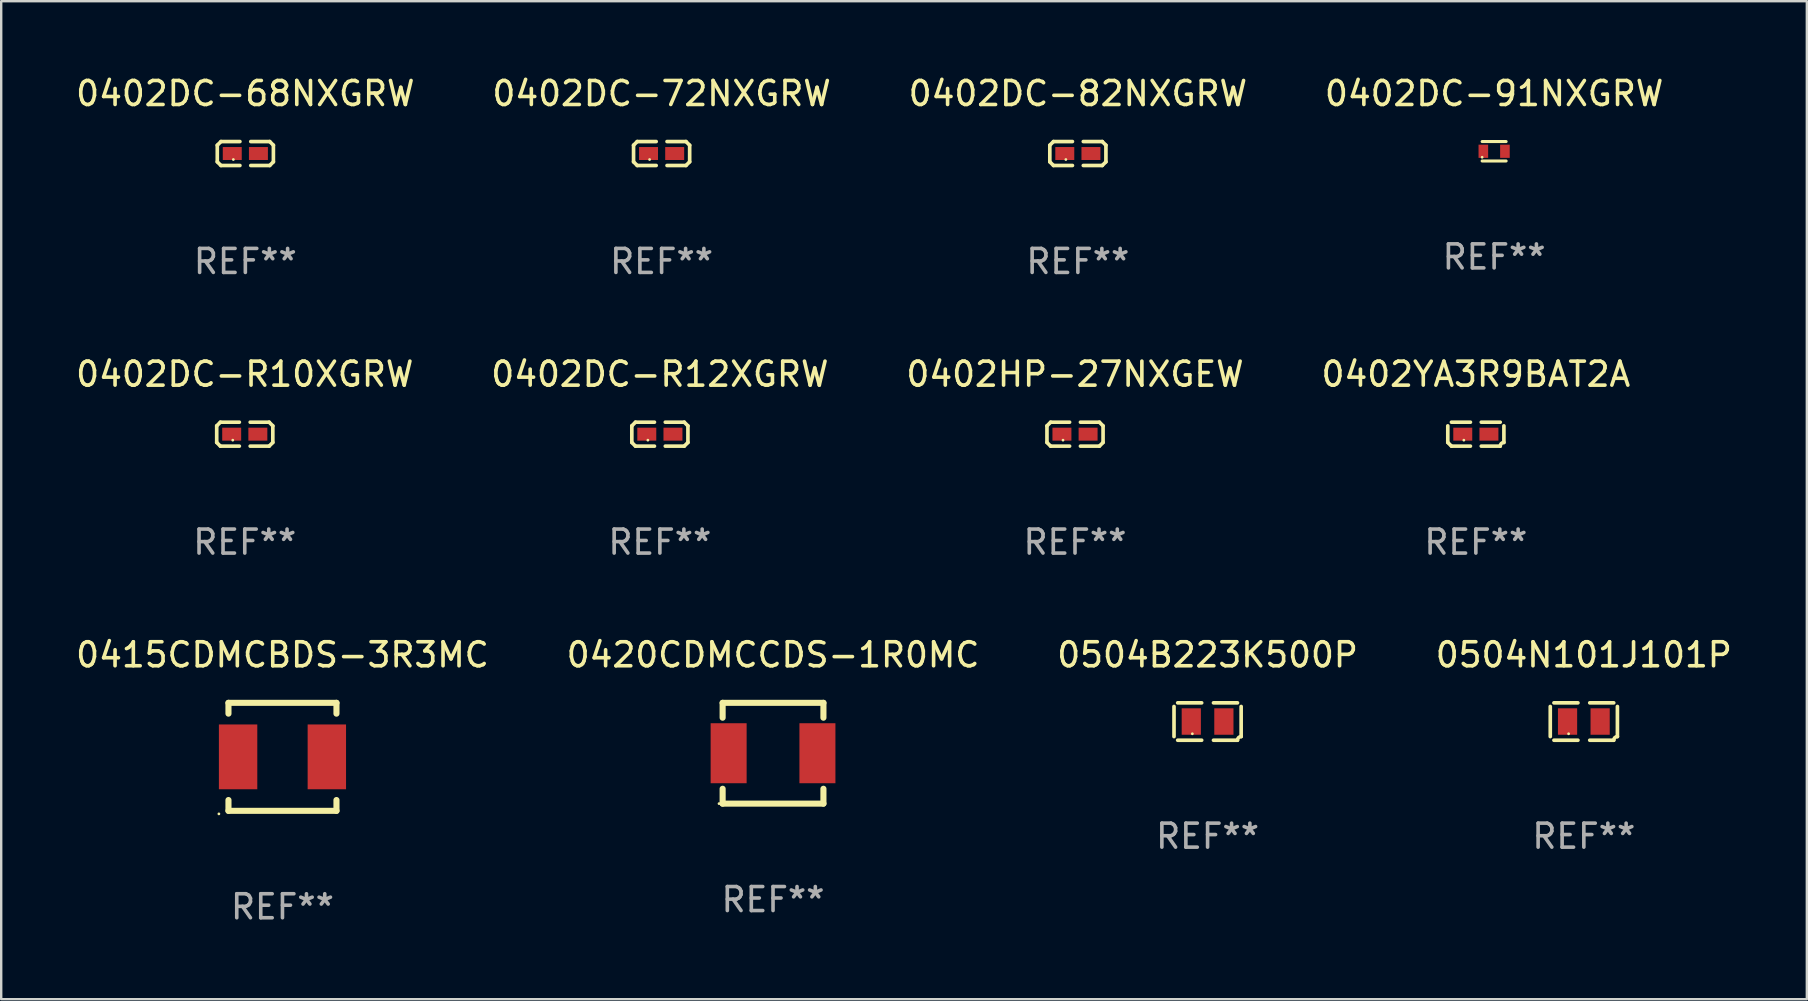
<source format=kicad_pcb>
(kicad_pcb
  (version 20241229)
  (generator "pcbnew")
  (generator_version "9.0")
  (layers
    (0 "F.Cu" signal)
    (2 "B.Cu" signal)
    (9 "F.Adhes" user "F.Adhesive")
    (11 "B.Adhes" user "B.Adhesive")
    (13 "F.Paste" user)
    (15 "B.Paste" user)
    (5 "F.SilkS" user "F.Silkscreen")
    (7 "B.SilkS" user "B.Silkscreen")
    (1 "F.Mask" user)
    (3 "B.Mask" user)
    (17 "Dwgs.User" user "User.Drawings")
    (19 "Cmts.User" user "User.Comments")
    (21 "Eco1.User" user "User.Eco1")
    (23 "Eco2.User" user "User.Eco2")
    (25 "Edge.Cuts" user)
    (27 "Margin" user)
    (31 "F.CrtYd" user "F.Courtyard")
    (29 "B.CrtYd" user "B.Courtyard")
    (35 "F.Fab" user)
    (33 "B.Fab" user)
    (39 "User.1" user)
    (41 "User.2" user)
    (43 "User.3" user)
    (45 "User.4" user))
  (footprint "0420CDMCCDS-1R0MC"
    (layer "F.Cu")
    (at 29.161 28.336)
    (property "Reference" "0420CDMCCDS-1R0MC" (at 0 -4.1 0) (layer "F.SilkS") (effects (font (size 1 1) (thickness 0.15))))
    (attr through_hole)
    (fp_line (start -2.1 2.1) (end 2.1 2.1) (stroke (width 0.254) (type solid)) (layer "F.SilkS"))
    (fp_line (start -2.1 -2.1) (end -2.1 -1.481) (stroke (width 0.254) (type solid)) (layer "F.SilkS"))
    (fp_line (start -2.1 -2.1) (end 2.1 -2.1) (stroke (width 0.254) (type solid)) (layer "F.SilkS"))
    (fp_line (start -2.1 1.481) (end -2.1 2.1) (stroke (width 0.254) (type solid)) (layer "F.SilkS"))
    (fp_line (start 2.1 -2.1) (end 2.1 -1.481) (stroke (width 0.254) (type solid)) (layer "F.SilkS"))
    (fp_line (start 2.1 1.481) (end 2.1 2.1) (stroke (width 0.254) (type solid)) (layer "F.SilkS"))
    (fp_circle (center -2.25 2.1) (end -2.22 2.1) (stroke (width 0.06) (type solid)) (fill no) (layer "F.SilkS"))
    (fp_text user "REF**" (at 0 6.1 0) (layer "F.Fab") (effects (font (size 1 1) (thickness 0.15))))
    (pad "1" smd rect (at -1.85 0.000013) (size 1.5 2.5) (layers "F.Cu" "F.Mask" "F.Paste"))
    (pad "2" smd rect (at 1.85 0.000013) (size 1.5 2.5) (layers "F.Cu" "F.Mask" "F.Paste")))
  (footprint "0504B223K500P"
    (layer "F.Cu")
    (at 47.268 27.015)
    (property "Reference" "0504B223K500P" (at 0 -2.779 0) (layer "F.SilkS") (effects (font (size 1 1) (thickness 0.15))))
    (attr through_hole)
    (fp_line (start -1.399 0.627) (end -1.399 -0.627) (stroke (width 0.152) (type solid)) (layer "F.SilkS"))
    (fp_line (start -1.246 -0.779) (end -0.246 -0.779) (stroke (width 0.152) (type solid)) (layer "F.SilkS"))
    (fp_line (start -0.246 0.779) (end -1.246 0.779) (stroke (width 0.152) (type solid)) (layer "F.SilkS"))
    (fp_line (start 0.246 -0.779) (end 1.246 -0.779) (stroke (width 0.152) (type solid)) (layer "F.SilkS"))
    (fp_line (start 1.246 0.779) (end 0.246 0.779) (stroke (width 0.152) (type solid)) (layer "F.SilkS"))
    (fp_line (start 1.399 -0.627) (end 1.399 0.627) (stroke (width 0.152) (type solid)) (layer "F.SilkS"))
    (fp_arc (start 1.246202 0.779401) (mid 1.290839 0.671637) (end 1.398603 0.627) (stroke (width 0.1524) (type solid)) (layer "F.SilkS"))
    (fp_circle (center -0.635 0.51) (end -0.605 0.51) (stroke (width 0.06) (type solid)) (fill no) (layer "F.SilkS"))
    (fp_text user "REF**" (at 0 4.779 0) (layer "F.Fab") (effects (font (size 1 1) (thickness 0.15))))
    (pad "1" smd rect (at -0.679 0) (size 0.8 1.102) (layers "F.Cu" "F.Mask" "F.Paste"))
    (pad "2" smd rect (at 0.679 0) (size 0.8 1.102) (layers "F.Cu" "F.Mask" "F.Paste")))
  (footprint "0402DC-R10XGRW"
    (layer "F.Cu")
    (at 7.149 15.041)
    (property "Reference" "0402DC-R10XGRW" (at 0 -2.499 0) (layer "F.SilkS") (effects (font (size 1 1) (thickness 0.15))))
    (attr through_hole)
    (fp_line (start -1.169 -0.346) (end -1.016 -0.499) (stroke (width 0.152) (type solid)) (layer "F.SilkS"))
    (fp_line (start -1.169 0.346) (end -1.169 -0.346) (stroke (width 0.152) (type solid)) (layer "F.SilkS"))
    (fp_line (start -1.016 -0.499) (end -0.226 -0.499) (stroke (width 0.152) (type solid)) (layer "F.SilkS"))
    (fp_line (start -1.016 0.499) (end -1.169 0.346) (stroke (width 0.152) (type solid)) (layer "F.SilkS"))
    (fp_line (start -0.226 0.499) (end -1.016 0.499) (stroke (width 0.152) (type solid)) (layer "F.SilkS"))
    (fp_line (start 0.226 0.499) (end 1.016 0.499) (stroke (width 0.152) (type solid)) (layer "F.SilkS"))
    (fp_line (start 1.016 -0.499) (end 0.226 -0.499) (stroke (width 0.152) (type solid)) (layer "F.SilkS"))
    (fp_line (start 1.016 0.499) (end 1.169 0.346) (stroke (width 0.152) (type solid)) (layer "F.SilkS"))
    (fp_line (start 1.169 -0.346) (end 1.016 -0.499) (stroke (width 0.152) (type solid)) (layer "F.SilkS"))
    (fp_line (start 1.169 0.346) (end 1.169 -0.346) (stroke (width 0.152) (type solid)) (layer "F.SilkS"))
    (fp_circle (center -0.5 0.25) (end -0.47 0.25) (stroke (width 0.06) (type solid)) (fill no) (layer "F.SilkS"))
    (fp_text user "REF**" (at 0 4.499 0) (layer "F.Fab") (effects (font (size 1 1) (thickness 0.15))))
    (pad "1" smd rect (at -0.545 0) (size 0.79 0.54) (layers "F.Cu" "F.Mask" "F.Paste"))
    (pad "2" smd rect (at 0.545 0) (size 0.79 0.54) (layers "F.Cu" "F.Mask" "F.Paste")))
  (footprint "0504N101J101P"
    (layer "F.Cu")
    (at 62.946 27.015)
    (property "Reference" "0504N101J101P" (at 0 -2.779 0) (layer "F.SilkS") (effects (font (size 1 1) (thickness 0.15))))
    (attr through_hole)
    (fp_line (start -1.399 0.627) (end -1.399 -0.627) (stroke (width 0.152) (type solid)) (layer "F.SilkS"))
    (fp_line (start -1.246 -0.779) (end -0.246 -0.779) (stroke (width 0.152) (type solid)) (layer "F.SilkS"))
    (fp_line (start -0.246 0.779) (end -1.246 0.779) (stroke (width 0.152) (type solid)) (layer "F.SilkS"))
    (fp_line (start 0.246 -0.779) (end 1.246 -0.779) (stroke (width 0.152) (type solid)) (layer "F.SilkS"))
    (fp_line (start 1.246 0.779) (end 0.246 0.779) (stroke (width 0.152) (type solid)) (layer "F.SilkS"))
    (fp_line (start 1.399 -0.627) (end 1.399 0.627) (stroke (width 0.152) (type solid)) (layer "F.SilkS"))
    (fp_arc (start 1.246202 0.779401) (mid 1.290839 0.671637) (end 1.398603 0.627) (stroke (width 0.1524) (type solid)) (layer "F.SilkS"))
    (fp_circle (center -0.635 0.51) (end -0.605 0.51) (stroke (width 0.06) (type solid)) (fill no) (layer "F.SilkS"))
    (fp_text user "REF**" (at 0 4.779 0) (layer "F.Fab") (effects (font (size 1 1) (thickness 0.15))))
    (pad "1" smd rect (at -0.679 0) (size 0.8 1.102) (layers "F.Cu" "F.Mask" "F.Paste"))
    (pad "2" smd rect (at 0.679 0) (size 0.8 1.102) (layers "F.Cu" "F.Mask" "F.Paste")))
  (footprint "0402DC-82NXGRW"
    (layer "F.Cu")
    (at 41.863 3.347)
    (property "Reference" "0402DC-82NXGRW" (at 0 -2.499 0) (layer "F.SilkS") (effects (font (size 1 1) (thickness 0.15))))
    (attr through_hole)
    (fp_line (start -1.169 -0.346) (end -1.016 -0.499) (stroke (width 0.152) (type solid)) (layer "F.SilkS"))
    (fp_line (start -1.169 0.346) (end -1.169 -0.346) (stroke (width 0.152) (type solid)) (layer "F.SilkS"))
    (fp_line (start -1.016 -0.499) (end -0.226 -0.499) (stroke (width 0.152) (type solid)) (layer "F.SilkS"))
    (fp_line (start -1.016 0.499) (end -1.169 0.346) (stroke (width 0.152) (type solid)) (layer "F.SilkS"))
    (fp_line (start -0.226 0.499) (end -1.016 0.499) (stroke (width 0.152) (type solid)) (layer "F.SilkS"))
    (fp_line (start 0.226 0.499) (end 1.016 0.499) (stroke (width 0.152) (type solid)) (layer "F.SilkS"))
    (fp_line (start 1.016 -0.499) (end 0.226 -0.499) (stroke (width 0.152) (type solid)) (layer "F.SilkS"))
    (fp_line (start 1.016 0.499) (end 1.169 0.346) (stroke (width 0.152) (type solid)) (layer "F.SilkS"))
    (fp_line (start 1.169 -0.346) (end 1.016 -0.499) (stroke (width 0.152) (type solid)) (layer "F.SilkS"))
    (fp_line (start 1.169 0.346) (end 1.169 -0.346) (stroke (width 0.152) (type solid)) (layer "F.SilkS"))
    (fp_circle (center -0.5 0.25) (end -0.47 0.25) (stroke (width 0.06) (type solid)) (fill no) (layer "F.SilkS"))
    (fp_text user "REF**" (at 0 4.499 0) (layer "F.Fab") (effects (font (size 1 1) (thickness 0.15))))
    (pad "1" smd rect (at -0.545 0) (size 0.79 0.54) (layers "F.Cu" "F.Mask" "F.Paste"))
    (pad "2" smd rect (at 0.545 0) (size 0.79 0.54) (layers "F.Cu" "F.Mask" "F.Paste")))
  (footprint "0415CDMCBDS-3R3MC"
    (layer "F.Cu")
    (at 8.72 28.486)
    (property "Reference" "0415CDMCBDS-3R3MC" (at 0 -4.25 0) (layer "F.SilkS") (effects (font (size 1 1) (thickness 0.15))))
    (attr through_hole)
    (fp_line (start -2.25 -2.25) (end 2.25 -2.25) (stroke (width 0.254) (type solid)) (layer "F.SilkS"))
    (fp_line (start -2.25 2.25) (end -2.25 1.8) (stroke (width 0.254) (type solid)) (layer "F.SilkS"))
    (fp_line (start -2.25 -1.8) (end -2.25 -2.25) (stroke (width 0.254) (type solid)) (layer "F.SilkS"))
    (fp_line (start 2.25 1.8) (end 2.25 2.25) (stroke (width 0.254) (type solid)) (layer "F.SilkS"))
    (fp_line (start 2.25 -2.25) (end 2.25 -1.8) (stroke (width 0.254) (type solid)) (layer "F.SilkS"))
    (fp_line (start 2.25 2.25) (end -2.25 2.25) (stroke (width 0.254) (type solid)) (layer "F.SilkS"))
    (fp_circle (center -2.649 2.377) (end -2.619 2.377) (stroke (width 0.06) (type solid)) (fill no) (layer "F.SilkS"))
    (fp_text user "REF**" (at 0 6.25 0) (layer "F.Fab") (effects (font (size 1 1) (thickness 0.15))))
    (pad "1" smd rect (at -1.849 0.001) (size 1.6 2.7) (layers "F.Cu" "F.Mask" "F.Paste"))
    (pad "2" smd rect (at 1.849 0.001) (size 1.6 2.7) (layers "F.Cu" "F.Mask" "F.Paste")))
  (footprint "0402DC-91NXGRW"
    (layer "F.Cu")
    (at 59.208 3.253)
    (property "Reference" "0402DC-91NXGRW" (at 0 -2.405 0) (layer "F.SilkS") (effects (font (size 1 1) (thickness 0.15))))
    (attr through_hole)
    (fp_line (start -0.5 -0.405) (end 0.5 -0.405) (stroke (width 0.127) (type solid)) (layer "F.SilkS"))
    (fp_line (start -0.5 0.405) (end 0.5 0.405) (stroke (width 0.127) (type solid)) (layer "F.SilkS"))
    (fp_circle (center -0.5 0.25) (end -0.47 0.25) (stroke (width 0.06) (type solid)) (fill no) (layer "F.SilkS"))
    (fp_text user "REF**" (at 0 4.405 0) (layer "F.Fab") (effects (font (size 1 1) (thickness 0.15))))
    (pad "1" smd rect (at -0.45 0 90) (size 0.55 0.4) (layers "F.Cu" "F.Mask" "F.Paste"))
    (pad "2" smd rect (at 0.45 0 90) (size 0.55 0.4) (layers "F.Cu" "F.Mask" "F.Paste")))
  (footprint "0402DC-72NXGRW"
    (layer "F.Cu")
    (at 24.518 3.347)
    (property "Reference" "0402DC-72NXGRW" (at 0 -2.499 0) (layer "F.SilkS") (effects (font (size 1 1) (thickness 0.15))))
    (attr through_hole)
    (fp_line (start -1.169 -0.346) (end -1.016 -0.499) (stroke (width 0.152) (type solid)) (layer "F.SilkS"))
    (fp_line (start -1.169 0.346) (end -1.169 -0.346) (stroke (width 0.152) (type solid)) (layer "F.SilkS"))
    (fp_line (start -1.016 -0.499) (end -0.226 -0.499) (stroke (width 0.152) (type solid)) (layer "F.SilkS"))
    (fp_line (start -1.016 0.499) (end -1.169 0.346) (stroke (width 0.152) (type solid)) (layer "F.SilkS"))
    (fp_line (start -0.226 0.499) (end -1.016 0.499) (stroke (width 0.152) (type solid)) (layer "F.SilkS"))
    (fp_line (start 0.226 0.499) (end 1.016 0.499) (stroke (width 0.152) (type solid)) (layer "F.SilkS"))
    (fp_line (start 1.016 -0.499) (end 0.226 -0.499) (stroke (width 0.152) (type solid)) (layer "F.SilkS"))
    (fp_line (start 1.016 0.499) (end 1.169 0.346) (stroke (width 0.152) (type solid)) (layer "F.SilkS"))
    (fp_line (start 1.169 -0.346) (end 1.016 -0.499) (stroke (width 0.152) (type solid)) (layer "F.SilkS"))
    (fp_line (start 1.169 0.346) (end 1.169 -0.346) (stroke (width 0.152) (type solid)) (layer "F.SilkS"))
    (fp_circle (center -0.5 0.25) (end -0.47 0.25) (stroke (width 0.06) (type solid)) (fill no) (layer "F.SilkS"))
    (fp_text user "REF**" (at 0 4.499 0) (layer "F.Fab") (effects (font (size 1 1) (thickness 0.15))))
    (pad "1" smd rect (at -0.545 0) (size 0.79 0.54) (layers "F.Cu" "F.Mask" "F.Paste"))
    (pad "2" smd rect (at 0.545 0) (size 0.79 0.54) (layers "F.Cu" "F.Mask" "F.Paste")))
  (footprint "0402HP-27NXGEW"
    (layer "F.Cu")
    (at 41.744 15.041)
    (property "Reference" "0402HP-27NXGEW" (at 0 -2.499 0) (layer "F.SilkS") (effects (font (size 1 1) (thickness 0.15))))
    (attr through_hole)
    (fp_line (start -1.169 -0.346) (end -1.016 -0.499) (stroke (width 0.152) (type solid)) (layer "F.SilkS"))
    (fp_line (start -1.169 0.346) (end -1.169 -0.346) (stroke (width 0.152) (type solid)) (layer "F.SilkS"))
    (fp_line (start -1.016 -0.499) (end -0.226 -0.499) (stroke (width 0.152) (type solid)) (layer "F.SilkS"))
    (fp_line (start -1.016 0.499) (end -1.169 0.346) (stroke (width 0.152) (type solid)) (layer "F.SilkS"))
    (fp_line (start -0.226 0.499) (end -1.016 0.499) (stroke (width 0.152) (type solid)) (layer "F.SilkS"))
    (fp_line (start 0.226 0.499) (end 1.016 0.499) (stroke (width 0.152) (type solid)) (layer "F.SilkS"))
    (fp_line (start 1.016 -0.499) (end 0.226 -0.499) (stroke (width 0.152) (type solid)) (layer "F.SilkS"))
    (fp_line (start 1.016 0.499) (end 1.169 0.346) (stroke (width 0.152) (type solid)) (layer "F.SilkS"))
    (fp_line (start 1.169 -0.346) (end 1.016 -0.499) (stroke (width 0.152) (type solid)) (layer "F.SilkS"))
    (fp_line (start 1.169 0.346) (end 1.169 -0.346) (stroke (width 0.152) (type solid)) (layer "F.SilkS"))
    (fp_circle (center -0.5 0.25) (end -0.47 0.25) (stroke (width 0.06) (type solid)) (fill no) (layer "F.SilkS"))
    (fp_text user "REF**" (at 0 4.499 0) (layer "F.Fab") (effects (font (size 1 1) (thickness 0.15))))
    (pad "1" smd rect (at -0.545 0) (size 0.79 0.54) (layers "F.Cu" "F.Mask" "F.Paste"))
    (pad "2" smd rect (at 0.545 0) (size 0.79 0.54) (layers "F.Cu" "F.Mask" "F.Paste")))
  (footprint "0402DC-68NXGRW"
    (layer "F.Cu")
    (at 7.173 3.347)
    (property "Reference" "0402DC-68NXGRW" (at 0 -2.499 0) (layer "F.SilkS") (effects (font (size 1 1) (thickness 0.15))))
    (attr through_hole)
    (fp_line (start -1.169 -0.346) (end -1.016 -0.499) (stroke (width 0.152) (type solid)) (layer "F.SilkS"))
    (fp_line (start -1.169 0.346) (end -1.169 -0.346) (stroke (width 0.152) (type solid)) (layer "F.SilkS"))
    (fp_line (start -1.016 -0.499) (end -0.226 -0.499) (stroke (width 0.152) (type solid)) (layer "F.SilkS"))
    (fp_line (start -1.016 0.499) (end -1.169 0.346) (stroke (width 0.152) (type solid)) (layer "F.SilkS"))
    (fp_line (start -0.226 0.499) (end -1.016 0.499) (stroke (width 0.152) (type solid)) (layer "F.SilkS"))
    (fp_line (start 0.226 0.499) (end 1.016 0.499) (stroke (width 0.152) (type solid)) (layer "F.SilkS"))
    (fp_line (start 1.016 -0.499) (end 0.226 -0.499) (stroke (width 0.152) (type solid)) (layer "F.SilkS"))
    (fp_line (start 1.016 0.499) (end 1.169 0.346) (stroke (width 0.152) (type solid)) (layer "F.SilkS"))
    (fp_line (start 1.169 -0.346) (end 1.016 -0.499) (stroke (width 0.152) (type solid)) (layer "F.SilkS"))
    (fp_line (start 1.169 0.346) (end 1.169 -0.346) (stroke (width 0.152) (type solid)) (layer "F.SilkS"))
    (fp_circle (center -0.5 0.25) (end -0.47 0.25) (stroke (width 0.06) (type solid)) (fill no) (layer "F.SilkS"))
    (fp_text user "REF**" (at 0 4.499 0) (layer "F.Fab") (effects (font (size 1 1) (thickness 0.15))))
    (pad "1" smd rect (at -0.545 0) (size 0.79 0.54) (layers "F.Cu" "F.Mask" "F.Paste"))
    (pad "2" smd rect (at 0.545 0) (size 0.79 0.54) (layers "F.Cu" "F.Mask" "F.Paste")))
  (footprint "0402DC-R12XGRW"
    (layer "F.Cu")
    (at 24.446 15.041)
    (property "Reference" "0402DC-R12XGRW" (at 0 -2.499 0) (layer "F.SilkS") (effects (font (size 1 1) (thickness 0.15))))
    (attr through_hole)
    (fp_line (start -1.169 -0.346) (end -1.016 -0.499) (stroke (width 0.152) (type solid)) (layer "F.SilkS"))
    (fp_line (start -1.169 0.346) (end -1.169 -0.346) (stroke (width 0.152) (type solid)) (layer "F.SilkS"))
    (fp_line (start -1.016 -0.499) (end -0.226 -0.499) (stroke (width 0.152) (type solid)) (layer "F.SilkS"))
    (fp_line (start -1.016 0.499) (end -1.169 0.346) (stroke (width 0.152) (type solid)) (layer "F.SilkS"))
    (fp_line (start -0.226 0.499) (end -1.016 0.499) (stroke (width 0.152) (type solid)) (layer "F.SilkS"))
    (fp_line (start 0.226 0.499) (end 1.016 0.499) (stroke (width 0.152) (type solid)) (layer "F.SilkS"))
    (fp_line (start 1.016 -0.499) (end 0.226 -0.499) (stroke (width 0.152) (type solid)) (layer "F.SilkS"))
    (fp_line (start 1.016 0.499) (end 1.169 0.346) (stroke (width 0.152) (type solid)) (layer "F.SilkS"))
    (fp_line (start 1.169 -0.346) (end 1.016 -0.499) (stroke (width 0.152) (type solid)) (layer "F.SilkS"))
    (fp_line (start 1.169 0.346) (end 1.169 -0.346) (stroke (width 0.152) (type solid)) (layer "F.SilkS"))
    (fp_circle (center -0.5 0.25) (end -0.47 0.25) (stroke (width 0.06) (type solid)) (fill no) (layer "F.SilkS"))
    (fp_text user "REF**" (at 0 4.499 0) (layer "F.Fab") (effects (font (size 1 1) (thickness 0.15))))
    (pad "1" smd rect (at -0.545 0) (size 0.79 0.54) (layers "F.Cu" "F.Mask" "F.Paste"))
    (pad "2" smd rect (at 0.545 0) (size 0.79 0.54) (layers "F.Cu" "F.Mask" "F.Paste")))
  (footprint "0402YA3R9BAT2A"
    (layer "F.Cu")
    (at 58.446 15.041)
    (property "Reference" "0402YA3R9BAT2A" (at 0 -2.499 0) (layer "F.SilkS") (effects (font (size 1 1) (thickness 0.15))))
    (attr through_hole)
    (fp_line (start -1.169 0.346) (end -1.169 -0.346) (stroke (width 0.152) (type solid)) (layer "F.SilkS"))
    (fp_line (start -1.016 -0.499) (end -0.226 -0.499) (stroke (width 0.152) (type solid)) (layer "F.SilkS"))
    (fp_line (start -0.226 0.499) (end -1.016 0.499) (stroke (width 0.152) (type solid)) (layer "F.SilkS"))
    (fp_line (start 0.226 0.499) (end 1.016 0.499) (stroke (width 0.152) (type solid)) (layer "F.SilkS"))
    (fp_line (start 1.016 -0.499) (end 0.226 -0.499) (stroke (width 0.152) (type solid)) (layer "F.SilkS"))
    (fp_line (start 1.169 0.346) (end 1.169 -0.346) (stroke (width 0.152) (type solid)) (layer "F.SilkS"))
    (fp_arc (start -1.016307 0.498603) (mid -1.092512 0.422405) (end -1.16871 0.3462) (stroke (width 0.1524) (type solid)) (layer "F.SilkS"))
    (fp_arc (start 1.016307 0.498603) (mid 1.060899 0.390758) (end 1.168707 0.346076) (stroke (width 0.1524) (type solid)) (layer "F.SilkS"))
    (fp_circle (center -0.5 0.25) (end -0.47 0.25) (stroke (width 0.06) (type solid)) (fill no) (layer "F.SilkS"))
    (fp_text user "REF**" (at 0 4.499 0) (layer "F.Fab") (effects (font (size 1 1) (thickness 0.15))))
    (pad "1" smd rect (at -0.545 0) (size 0.79 0.54) (layers "F.Cu" "F.Mask" "F.Paste"))
    (pad "2" smd rect (at 0.545 0) (size 0.79 0.54) (layers "F.Cu" "F.Mask" "F.Paste")))
  (gr_rect
    (start -3 -3)
    (end 72.238 38.585)
    (stroke (width 0.1) (type default))
    (fill no)
    (layer "Edge.Cuts")))
</source>
